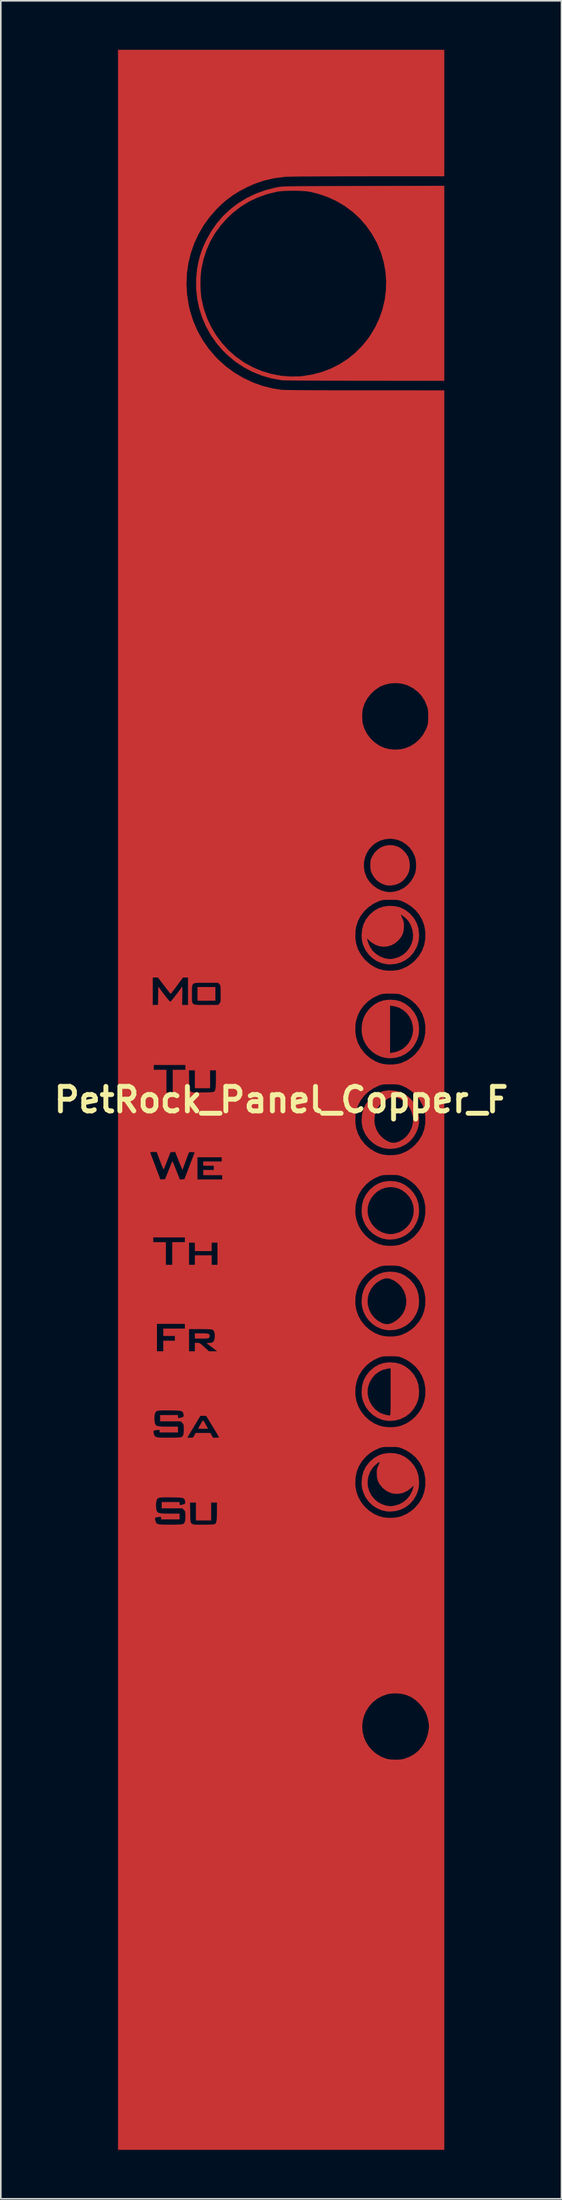
<source format=kicad_pcb>
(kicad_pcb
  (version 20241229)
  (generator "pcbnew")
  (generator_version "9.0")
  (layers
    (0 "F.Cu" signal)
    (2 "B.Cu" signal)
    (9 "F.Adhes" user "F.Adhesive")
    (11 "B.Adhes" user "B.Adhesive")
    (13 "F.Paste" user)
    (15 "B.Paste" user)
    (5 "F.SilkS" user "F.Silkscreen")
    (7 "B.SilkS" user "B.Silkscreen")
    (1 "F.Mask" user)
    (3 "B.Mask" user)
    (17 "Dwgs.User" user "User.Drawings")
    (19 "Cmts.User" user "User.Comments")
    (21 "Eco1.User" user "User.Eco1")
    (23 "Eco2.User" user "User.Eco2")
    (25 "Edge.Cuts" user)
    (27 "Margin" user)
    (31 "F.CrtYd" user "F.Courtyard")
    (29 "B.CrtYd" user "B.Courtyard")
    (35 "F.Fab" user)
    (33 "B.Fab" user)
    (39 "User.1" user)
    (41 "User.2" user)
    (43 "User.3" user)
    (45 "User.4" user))
  (footprint "PetRock_Panel_Copper_F"
    (layer "F.Cu")
    (at 14.193 64.291)
    (property "Reference" "PetRock_Panel_Copper_F" (at 0 0 0) (layer "F.SilkS") (effects (font (size 1.5 1.5) (thickness 0.3))))
    (attr board_only exclude_from_pos_files exclude_from_bom)
    (fp_poly (pts (xy -4.034 -6.487) (xy -4.034 -6.068) (xy -4.583 -6.068) (xy -5.132 -6.068) (xy -5.132 -6.487) (xy -5.132 -6.907) (xy -4.583 -6.907) (xy -4.034 -6.907)) (stroke (width 0) (type solid)) (fill yes) (layer "F.Cu"))
    (fp_poly (pts (xy -4.754 19.663) (xy -4.704 19.736) (xy -4.634 19.862) (xy -4.601 19.921) (xy -4.481 20.139) (xy -4.787 20.139) (xy -5.094 20.139) (xy -4.945 19.867) (xy -4.879 19.745) (xy -4.831 19.669) (xy -4.793 19.641)) (stroke (width 0) (type solid)) (fill yes) (layer "F.Cu"))
    (fp_poly (pts (xy -4.692 14.299) (xy -4.558 14.307) (xy -4.471 14.323) (xy -4.42 14.35) (xy -4.396 14.393) (xy -4.389 14.453) (xy -4.389 14.459) (xy -4.395 14.521) (xy -4.417 14.565) (xy -4.466 14.594) (xy -4.55 14.61) (xy -4.679 14.618) (xy -4.863 14.62) (xy -4.88 14.62) (xy -5.293 14.62) (xy -5.293 14.459) (xy -5.293 14.298) (xy -4.88 14.298)) (stroke (width 0) (type solid)) (fill yes) (layer "F.Cu"))
    (fp_poly (pts (xy 6.872 -15.585) (xy 7.131 -15.514) (xy 7.215 -15.476) (xy 7.382 -15.369) (xy 7.547 -15.217) (xy 7.69 -15.043) (xy 7.796 -14.864) (xy 7.813 -14.823) (xy 7.867 -14.622) (xy 7.889 -14.393) (xy 7.879 -14.165) (xy 7.836 -13.963) (xy 7.833 -13.954) (xy 7.734 -13.744) (xy 7.594 -13.544) (xy 7.431 -13.38) (xy 7.421 -13.373) (xy 7.218 -13.248) (xy 6.985 -13.162) (xy 6.74 -13.121) (xy 6.503 -13.128) (xy 6.406 -13.147) (xy 6.137 -13.248) (xy 5.905 -13.401) (xy 5.714 -13.604) (xy 5.573 -13.839) (xy 5.524 -13.95) (xy 5.493 -14.042) (xy 5.477 -14.139) (xy 5.471 -14.264) (xy 5.471 -14.362) (xy 5.473 -14.515) (xy 5.482 -14.626) (xy 5.503 -14.719) (xy 5.541 -14.815) (xy 5.57 -14.879) (xy 5.715 -15.116) (xy 5.9 -15.31) (xy 6.117 -15.457) (xy 6.357 -15.554) (xy 6.611 -15.597)) (stroke (width 0) (type solid)) (fill yes) (layer "F.Cu"))
    (fp_poly (pts (xy 7.027 -6.106) (xy 7.327 -6.025) (xy 7.603 -5.888) (xy 7.863 -5.689) (xy 7.944 -5.612) (xy 8.16 -5.355) (xy 8.317 -5.071) (xy 8.416 -4.759) (xy 8.458 -4.419) (xy 8.459 -4.341) (xy 8.449 -4.102) (xy 8.412 -3.893) (xy 8.344 -3.686) (xy 8.276 -3.534) (xy 8.108 -3.252) (xy 7.894 -3.011) (xy 7.642 -2.817) (xy 7.358 -2.672) (xy 7.048 -2.58) (xy 6.718 -2.545) (xy 6.487 -2.554) (xy 6.18 -2.617) (xy 5.889 -2.738) (xy 5.622 -2.911) (xy 5.388 -3.129) (xy 5.196 -3.387) (xy 5.116 -3.534) (xy 5.023 -3.75) (xy 4.967 -3.952) (xy 4.94 -4.169) (xy 4.935 -4.317) (xy 6.681 -4.317) (xy 6.681 -2.868) (xy 6.834 -2.89) (xy 6.96 -2.915) (xy 7.1 -2.952) (xy 7.154 -2.97) (xy 7.407 -3.089) (xy 7.628 -3.259) (xy 7.812 -3.469) (xy 7.955 -3.711) (xy 8.05 -3.976) (xy 8.092 -4.254) (xy 8.076 -4.532) (xy 7.998 -4.823) (xy 7.869 -5.086) (xy 7.694 -5.314) (xy 7.481 -5.5) (xy 7.235 -5.64) (xy 6.963 -5.725) (xy 6.882 -5.739) (xy 6.681 -5.766) (xy 6.681 -4.317) (xy 4.935 -4.317) (xy 4.935 -4.343) (xy 4.964 -4.689) (xy 5.051 -5.007) (xy 5.196 -5.297) (xy 5.399 -5.56) (xy 5.45 -5.612) (xy 5.705 -5.83) (xy 5.976 -5.987) (xy 6.267 -6.086) (xy 6.587 -6.129) (xy 6.697 -6.132)) (stroke (width 0) (type solid)) (fill yes) (layer "F.Cu"))
    (fp_poly (pts (xy 7.027 16.099) (xy 7.327 16.179) (xy 7.603 16.317) (xy 7.863 16.515) (xy 7.944 16.593) (xy 8.16 16.85) (xy 8.318 17.134) (xy 8.417 17.447) (xy 8.458 17.787) (xy 8.459 17.862) (xy 8.449 18.106) (xy 8.413 18.315) (xy 8.346 18.519) (xy 8.278 18.671) (xy 8.106 18.956) (xy 7.889 19.198) (xy 7.635 19.392) (xy 7.348 19.537) (xy 7.036 19.627) (xy 6.704 19.66) (xy 6.487 19.65) (xy 6.181 19.588) (xy 5.89 19.467) (xy 5.623 19.295) (xy 5.39 19.078) (xy 5.2 18.823) (xy 5.118 18.671) (xy 5.024 18.448) (xy 4.966 18.244) (xy 4.939 18.029) (xy 4.937 17.943) (xy 5.301 17.943) (xy 5.343 18.217) (xy 5.437 18.482) (xy 5.578 18.727) (xy 5.76 18.94) (xy 5.976 19.111) (xy 6.091 19.175) (xy 6.221 19.227) (xy 6.378 19.276) (xy 6.533 19.313) (xy 6.657 19.33) (xy 6.67 19.327) (xy 6.681 19.314) (xy 6.69 19.286) (xy 6.697 19.236) (xy 6.703 19.16) (xy 6.707 19.051) (xy 6.71 18.905) (xy 6.712 18.715) (xy 6.713 18.477) (xy 6.713 18.184) (xy 6.713 17.885) (xy 6.713 16.438) (xy 6.512 16.466) (xy 6.234 16.535) (xy 5.98 16.66) (xy 5.756 16.835) (xy 5.57 17.052) (xy 5.426 17.305) (xy 5.332 17.589) (xy 5.316 17.67) (xy 5.301 17.943) (xy 4.937 17.943) (xy 4.935 17.864) (xy 4.964 17.517) (xy 5.05 17.199) (xy 5.195 16.909) (xy 5.398 16.647) (xy 5.45 16.593) (xy 5.705 16.374) (xy 5.976 16.218) (xy 6.267 16.119) (xy 6.587 16.075) (xy 6.697 16.073)) (stroke (width 0) (type solid)) (fill yes) (layer "F.Cu"))
    (fp_poly (pts (xy 7.027 -0.555) (xy 7.327 -0.474) (xy 7.603 -0.336) (xy 7.863 -0.138) (xy 7.944 -0.061) (xy 8.16 0.196) (xy 8.317 0.48) (xy 8.416 0.792) (xy 8.458 1.132) (xy 8.459 1.21) (xy 8.449 1.45) (xy 8.412 1.658) (xy 8.344 1.865) (xy 8.276 2.017) (xy 8.108 2.3) (xy 7.894 2.54) (xy 7.642 2.734) (xy 7.358 2.879) (xy 7.048 2.971) (xy 6.718 3.007) (xy 6.487 2.997) (xy 6.18 2.934) (xy 5.889 2.813) (xy 5.622 2.64) (xy 5.388 2.422) (xy 5.196 2.164) (xy 5.116 2.017) (xy 5.023 1.802) (xy 4.967 1.599) (xy 4.94 1.382) (xy 4.937 1.289) (xy 5.72 1.289) (xy 5.755 1.555) (xy 5.84 1.814) (xy 5.976 2.056) (xy 6.163 2.274) (xy 6.353 2.428) (xy 6.564 2.552) (xy 6.759 2.619) (xy 6.95 2.63) (xy 7.147 2.586) (xy 7.276 2.533) (xy 7.518 2.384) (xy 7.724 2.19) (xy 7.89 1.958) (xy 8.01 1.7) (xy 8.078 1.426) (xy 8.09 1.145) (xy 8.076 1.019) (xy 7.997 0.726) (xy 7.865 0.459) (xy 7.686 0.228) (xy 7.465 0.039) (xy 7.272 -0.072) (xy 7.083 -0.146) (xy 6.919 -0.173) (xy 6.757 -0.154) (xy 6.577 -0.087) (xy 6.531 -0.065) (xy 6.277 0.093) (xy 6.07 0.288) (xy 5.91 0.513) (xy 5.798 0.76) (xy 5.734 1.021) (xy 5.72 1.289) (xy 4.937 1.289) (xy 4.935 1.208) (xy 4.964 0.862) (xy 5.051 0.544) (xy 5.196 0.254) (xy 5.399 -0.009) (xy 5.45 -0.061) (xy 5.705 -0.279) (xy 5.976 -0.436) (xy 6.267 -0.535) (xy 6.587 -0.578) (xy 6.697 -0.581)) (stroke (width 0) (type solid)) (fill yes) (layer "F.Cu"))
    (fp_poly (pts (xy 7.027 4.996) (xy 7.327 5.077) (xy 7.603 5.215) (xy 7.863 5.413) (xy 7.944 5.49) (xy 8.16 5.748) (xy 8.318 6.032) (xy 8.417 6.344) (xy 8.458 6.684) (xy 8.459 6.759) (xy 8.449 7.003) (xy 8.413 7.213) (xy 8.346 7.416) (xy 8.278 7.568) (xy 8.106 7.854) (xy 7.889 8.095) (xy 7.635 8.29) (xy 7.348 8.434) (xy 7.036 8.525) (xy 6.704 8.558) (xy 6.487 8.548) (xy 6.181 8.485) (xy 5.89 8.364) (xy 5.623 8.192) (xy 5.39 7.976) (xy 5.2 7.72) (xy 5.118 7.568) (xy 5.024 7.346) (xy 4.966 7.142) (xy 4.939 6.926) (xy 4.936 6.802) (xy 5.3 6.802) (xy 5.319 7.008) (xy 5.4 7.298) (xy 5.533 7.56) (xy 5.713 7.788) (xy 5.933 7.974) (xy 6.186 8.112) (xy 6.423 8.186) (xy 6.574 8.215) (xy 6.695 8.225) (xy 6.817 8.217) (xy 6.957 8.195) (xy 7.236 8.112) (xy 7.487 7.977) (xy 7.704 7.798) (xy 7.882 7.581) (xy 8.016 7.335) (xy 8.102 7.068) (xy 8.134 6.786) (xy 8.107 6.498) (xy 8.099 6.458) (xy 8.005 6.187) (xy 7.858 5.941) (xy 7.666 5.726) (xy 7.437 5.551) (xy 7.182 5.425) (xy 6.933 5.359) (xy 6.65 5.344) (xy 6.378 5.387) (xy 6.123 5.482) (xy 5.892 5.623) (xy 5.69 5.803) (xy 5.525 6.018) (xy 5.4 6.26) (xy 5.323 6.523) (xy 5.3 6.802) (xy 4.936 6.802) (xy 4.935 6.761) (xy 4.964 6.415) (xy 5.05 6.097) (xy 5.195 5.807) (xy 5.398 5.544) (xy 5.45 5.49) (xy 5.705 5.272) (xy 5.976 5.115) (xy 6.267 5.016) (xy 6.587 4.973) (xy 6.697 4.97)) (stroke (width 0) (type solid)) (fill yes) (layer "F.Cu"))
    (fp_poly (pts (xy 7.027 10.548) (xy 7.327 10.628) (xy 7.603 10.766) (xy 7.863 10.964) (xy 7.944 11.041) (xy 8.16 11.299) (xy 8.318 11.583) (xy 8.417 11.895) (xy 8.458 12.236) (xy 8.459 12.311) (xy 8.449 12.554) (xy 8.413 12.764) (xy 8.346 12.968) (xy 8.278 13.12) (xy 8.106 13.405) (xy 7.889 13.646) (xy 7.635 13.841) (xy 7.348 13.985) (xy 7.036 14.076) (xy 6.704 14.109) (xy 6.487 14.099) (xy 6.181 14.036) (xy 5.89 13.916) (xy 5.623 13.744) (xy 5.39 13.527) (xy 5.2 13.271) (xy 5.118 13.12) (xy 5.024 12.897) (xy 4.966 12.693) (xy 4.939 12.477) (xy 4.938 12.427) (xy 5.303 12.427) (xy 5.319 12.556) (xy 5.4 12.848) (xy 5.534 13.114) (xy 5.716 13.344) (xy 5.939 13.533) (xy 6.197 13.672) (xy 6.24 13.688) (xy 6.425 13.733) (xy 6.607 13.726) (xy 6.8 13.664) (xy 6.858 13.638) (xy 7.058 13.514) (xy 7.251 13.348) (xy 7.415 13.161) (xy 7.478 13.067) (xy 7.602 12.801) (xy 7.667 12.524) (xy 7.675 12.244) (xy 7.629 11.969) (xy 7.531 11.708) (xy 7.384 11.468) (xy 7.191 11.258) (xy 6.953 11.086) (xy 6.863 11.038) (xy 6.676 10.96) (xy 6.512 10.93) (xy 6.35 10.946) (xy 6.169 11.009) (xy 6.122 11.03) (xy 5.876 11.18) (xy 5.667 11.375) (xy 5.5 11.607) (xy 5.38 11.865) (xy 5.313 12.142) (xy 5.303 12.427) (xy 4.938 12.427) (xy 4.935 12.313) (xy 4.964 11.966) (xy 5.05 11.648) (xy 5.195 11.358) (xy 5.398 11.095) (xy 5.45 11.041) (xy 5.705 10.823) (xy 5.976 10.666) (xy 6.267 10.568) (xy 6.587 10.524) (xy 6.697 10.521)) (stroke (width 0) (type solid)) (fill yes) (layer "F.Cu"))
    (fp_poly (pts (xy 7.027 -11.851) (xy 7.327 -11.77) (xy 7.603 -11.632) (xy 7.863 -11.434) (xy 7.944 -11.357) (xy 8.16 -11.1) (xy 8.317 -10.816) (xy 8.416 -10.504) (xy 8.458 -10.164) (xy 8.459 -10.086) (xy 8.449 -9.847) (xy 8.412 -9.638) (xy 8.344 -9.431) (xy 8.276 -9.279) (xy 8.108 -8.996) (xy 7.894 -8.756) (xy 7.642 -8.562) (xy 7.358 -8.417) (xy 7.048 -8.325) (xy 6.718 -8.29) (xy 6.487 -8.299) (xy 6.18 -8.362) (xy 5.889 -8.483) (xy 5.622 -8.656) (xy 5.388 -8.874) (xy 5.196 -9.132) (xy 5.116 -9.279) (xy 5.023 -9.494) (xy 4.967 -9.697) (xy 4.944 -9.883) (xy 5.263 -9.883) (xy 5.321 -9.672) (xy 5.43 -9.399) (xy 5.59 -9.155) (xy 5.796 -8.95) (xy 6.039 -8.789) (xy 6.311 -8.681) (xy 6.39 -8.661) (xy 6.541 -8.632) (xy 6.663 -8.622) (xy 6.785 -8.63) (xy 6.925 -8.653) (xy 7.206 -8.736) (xy 7.46 -8.874) (xy 7.68 -9.059) (xy 7.86 -9.286) (xy 7.993 -9.546) (xy 8.074 -9.834) (xy 8.091 -10.115) (xy 8.05 -10.402) (xy 7.956 -10.678) (xy 7.812 -10.93) (xy 7.788 -10.962) (xy 7.723 -11.036) (xy 7.635 -11.122) (xy 7.539 -11.206) (xy 7.45 -11.276) (xy 7.383 -11.32) (xy 7.357 -11.328) (xy 7.357 -11.302) (xy 7.38 -11.232) (xy 7.422 -11.132) (xy 7.432 -11.11) (xy 7.484 -10.991) (xy 7.514 -10.891) (xy 7.529 -10.785) (xy 7.532 -10.646) (xy 7.532 -10.618) (xy 7.513 -10.366) (xy 7.456 -10.152) (xy 7.353 -9.959) (xy 7.208 -9.779) (xy 6.994 -9.592) (xy 6.757 -9.461) (xy 6.505 -9.388) (xy 6.245 -9.372) (xy 5.985 -9.414) (xy 5.732 -9.514) (xy 5.494 -9.671) (xy 5.419 -9.737) (xy 5.263 -9.883) (xy 4.944 -9.883) (xy 4.94 -9.914) (xy 4.935 -10.088) (xy 4.964 -10.434) (xy 5.051 -10.752) (xy 5.196 -11.042) (xy 5.399 -11.305) (xy 5.45 -11.357) (xy 5.705 -11.575) (xy 5.976 -11.732) (xy 6.267 -11.831) (xy 6.587 -11.874) (xy 6.697 -11.877)) (stroke (width 0) (type solid)) (fill yes) (layer "F.Cu"))
    (fp_poly (pts (xy 7.027 21.65) (xy 7.327 21.731) (xy 7.603 21.868) (xy 7.863 22.067) (xy 7.944 22.144) (xy 8.16 22.401) (xy 8.318 22.686) (xy 8.417 22.998) (xy 8.458 23.338) (xy 8.459 23.413) (xy 8.449 23.657) (xy 8.413 23.866) (xy 8.346 24.07) (xy 8.278 24.222) (xy 8.106 24.507) (xy 7.889 24.749) (xy 7.635 24.943) (xy 7.348 25.088) (xy 7.036 25.178) (xy 6.704 25.212) (xy 6.487 25.202) (xy 6.181 25.139) (xy 5.89 25.018) (xy 5.623 24.846) (xy 5.39 24.629) (xy 5.2 24.374) (xy 5.118 24.222) (xy 5.024 23.999) (xy 4.966 23.795) (xy 4.939 23.58) (xy 4.935 23.415) (xy 4.94 23.35) (xy 5.304 23.35) (xy 5.315 23.634) (xy 5.319 23.662) (xy 5.4 23.952) (xy 5.533 24.214) (xy 5.713 24.441) (xy 5.933 24.627) (xy 6.186 24.765) (xy 6.423 24.84) (xy 6.574 24.869) (xy 6.695 24.879) (xy 6.817 24.871) (xy 6.957 24.848) (xy 7.24 24.765) (xy 7.496 24.626) (xy 7.719 24.44) (xy 7.9 24.213) (xy 8.032 23.952) (xy 8.073 23.829) (xy 8.131 23.618) (xy 7.975 23.764) (xy 7.743 23.941) (xy 7.495 24.06) (xy 7.236 24.121) (xy 6.975 24.125) (xy 6.719 24.07) (xy 6.476 23.959) (xy 6.254 23.79) (xy 6.186 23.722) (xy 6.034 23.531) (xy 5.934 23.338) (xy 5.879 23.122) (xy 5.862 22.883) (xy 5.864 22.735) (xy 5.876 22.626) (xy 5.904 22.527) (xy 5.952 22.413) (xy 5.962 22.39) (xy 6.007 22.286) (xy 6.035 22.21) (xy 6.039 22.174) (xy 6.037 22.173) (xy 5.99 22.194) (xy 5.912 22.249) (xy 5.819 22.325) (xy 5.725 22.411) (xy 5.644 22.494) (xy 5.606 22.539) (xy 5.453 22.788) (xy 5.351 23.063) (xy 5.304 23.35) (xy 4.94 23.35) (xy 4.964 23.069) (xy 5.05 22.751) (xy 5.195 22.461) (xy 5.398 22.198) (xy 5.45 22.144) (xy 5.705 21.926) (xy 5.976 21.769) (xy 6.267 21.67) (xy 6.587 21.627) (xy 6.697 21.624)) (stroke (width 0) (type solid)) (fill yes) (layer "F.Cu"))
    (fp_poly (pts (xy 10.005 -49.994) (xy 10.005 -44.022) (xy 5.124 -44.026) (xy 4.564 -44.027) (xy 4.019 -44.028) (xy 3.494 -44.029) (xy 2.991 -44.031) (xy 2.515 -44.033) (xy 2.07 -44.035) (xy 1.658 -44.037) (xy 1.284 -44.039) (xy 0.952 -44.042) (xy 0.664 -44.045) (xy 0.426 -44.048) (xy 0.24 -44.051) (xy 0.11 -44.054) (xy 0.041 -44.057) (xy 0.034 -44.058) (xy -0.585 -44.169) (xy -1.182 -44.341) (xy -1.753 -44.57) (xy -2.296 -44.856) (xy -2.808 -45.196) (xy -3.284 -45.59) (xy -3.555 -45.854) (xy -3.959 -46.319) (xy -4.31 -46.817) (xy -4.605 -47.344) (xy -4.845 -47.896) (xy -5.027 -48.467) (xy -5.15 -49.055) (xy -5.213 -49.654) (xy -5.214 -49.919) (xy -4.949 -49.919) (xy -4.937 -49.559) (xy -4.908 -49.224) (xy -4.878 -49.017) (xy -4.742 -48.434) (xy -4.547 -47.871) (xy -4.296 -47.333) (xy -3.993 -46.824) (xy -3.64 -46.35) (xy -3.241 -45.914) (xy -2.798 -45.521) (xy -2.316 -45.177) (xy -2.222 -45.119) (xy -1.701 -44.837) (xy -1.154 -44.612) (xy -0.589 -44.444) (xy -0.012 -44.335) (xy 0.57 -44.286) (xy 1.151 -44.299) (xy 1.316 -44.315) (xy 1.922 -44.412) (xy 2.505 -44.568) (xy 3.062 -44.781) (xy 3.59 -45.048) (xy 4.085 -45.368) (xy 4.544 -45.739) (xy 4.964 -46.159) (xy 5.341 -46.626) (xy 5.459 -46.795) (xy 5.771 -47.315) (xy 6.023 -47.856) (xy 6.217 -48.415) (xy 6.351 -48.986) (xy 6.425 -49.565) (xy 6.439 -50.149) (xy 6.393 -50.731) (xy 6.286 -51.309) (xy 6.118 -51.877) (xy 5.889 -52.43) (xy 5.858 -52.494) (xy 5.561 -53.026) (xy 5.216 -53.516) (xy 4.825 -53.962) (xy 4.391 -54.363) (xy 3.916 -54.717) (xy 3.404 -55.021) (xy 2.855 -55.273) (xy 2.274 -55.473) (xy 1.759 -55.599) (xy 1.584 -55.624) (xy 1.359 -55.643) (xy 1.101 -55.656) (xy 0.823 -55.661) (xy 0.541 -55.66) (xy 0.27 -55.651) (xy 0.024 -55.636) (xy -0.181 -55.614) (xy -0.274 -55.599) (xy -0.884 -55.446) (xy -1.457 -55.241) (xy -1.994 -54.983) (xy -2.497 -54.671) (xy -2.967 -54.304) (xy -3.293 -53.999) (xy -3.7 -53.547) (xy -4.048 -53.072) (xy -4.34 -52.569) (xy -4.576 -52.036) (xy -4.759 -51.468) (xy -4.879 -50.929) (xy -4.92 -50.626) (xy -4.943 -50.282) (xy -4.949 -49.919) (xy -5.214 -49.919) (xy -5.216 -50.26) (xy -5.156 -50.869) (xy -5.079 -51.282) (xy -4.998 -51.607) (xy -4.906 -51.906) (xy -4.792 -52.204) (xy -4.649 -52.522) (xy -4.6 -52.624) (xy -4.301 -53.162) (xy -3.953 -53.661) (xy -3.559 -54.118) (xy -3.121 -54.53) (xy -2.641 -54.895) (xy -2.124 -55.212) (xy -1.571 -55.478) (xy -0.986 -55.692) (xy -0.371 -55.851) (xy -0.258 -55.873) (xy -0.208 -55.882) (xy -0.159 -55.891) (xy -0.109 -55.899) (xy -0.053 -55.906) (xy 0.011 -55.912) (xy 0.087 -55.918) (xy 0.178 -55.922) (xy 0.286 -55.927) (xy 0.416 -55.931) (xy 0.571 -55.934) (xy 0.753 -55.937) (xy 0.966 -55.94) (xy 1.214 -55.942) (xy 1.499 -55.944) (xy 1.825 -55.946) (xy 2.194 -55.947) (xy 2.611 -55.949) (xy 3.079 -55.95) (xy 3.6 -55.951) (xy 4.178 -55.953) (xy 4.816 -55.954) (xy 5.059 -55.955) (xy 10.005 -55.966)) (stroke (width 0) (type solid)) (fill yes) (layer "F.Cu"))
    (fp_poly (pts (xy 10.005 -60.418) (xy 10.005 -56.545) (xy 5.301 -56.545) (xy 4.602 -56.544) (xy 3.947 -56.543) (xy 3.338 -56.542) (xy 2.777 -56.541) (xy 2.267 -56.538) (xy 1.807 -56.536) (xy 1.401 -56.533) (xy 1.05 -56.53) (xy 0.756 -56.526) (xy 0.521 -56.522) (xy 0.346 -56.517) (xy 0.233 -56.513) (xy 0.21 -56.511) (xy -0.422 -56.428) (xy -1.026 -56.289) (xy -1.61 -56.093) (xy -2.114 -55.87) (xy -2.569 -55.629) (xy -2.976 -55.375) (xy -3.352 -55.095) (xy -3.713 -54.779) (xy -3.955 -54.539) (xy -4.384 -54.052) (xy -4.759 -53.533) (xy -5.078 -52.985) (xy -5.34 -52.413) (xy -5.545 -51.82) (xy -5.692 -51.21) (xy -5.779 -50.587) (xy -5.805 -49.955) (xy -5.771 -49.319) (xy -5.673 -48.68) (xy -5.581 -48.287) (xy -5.385 -47.674) (xy -5.131 -47.087) (xy -4.819 -46.528) (xy -4.451 -46) (xy -4.028 -45.504) (xy -3.857 -45.328) (xy -3.38 -44.901) (xy -2.865 -44.523) (xy -2.315 -44.198) (xy -1.737 -43.926) (xy -1.133 -43.712) (xy -0.511 -43.557) (xy 0.016 -43.475) (xy 0.093 -43.47) (xy 0.233 -43.466) (xy 0.436 -43.461) (xy 0.699 -43.458) (xy 1.022 -43.454) (xy 1.403 -43.451) (xy 1.841 -43.448) (xy 2.335 -43.446) (xy 2.883 -43.444) (xy 3.485 -43.443) (xy 4.139 -43.442) (xy 4.843 -43.442) (xy 5.156 -43.442) (xy 10.005 -43.441) (xy 10.005 10.425) (xy 10.005 64.291) (xy 0 64.291) (xy -10.005 64.291) (xy -10.005 38.357) (xy 4.973 38.357) (xy 4.998 38.695) (xy 5.081 39.032) (xy 5.176 39.266) (xy 5.351 39.559) (xy 5.574 39.82) (xy 5.837 40.043) (xy 6.131 40.219) (xy 6.445 40.34) (xy 6.511 40.357) (xy 6.687 40.386) (xy 6.898 40.401) (xy 7.12 40.402) (xy 7.329 40.388) (xy 7.499 40.36) (xy 7.505 40.359) (xy 7.845 40.24) (xy 8.153 40.069) (xy 8.423 39.849) (xy 8.652 39.586) (xy 8.835 39.286) (xy 8.967 38.952) (xy 9.031 38.672) (xy 9.054 38.517) (xy 9.065 38.399) (xy 9.062 38.289) (xy 9.047 38.162) (xy 9.029 38.057) (xy 8.95 37.728) (xy 8.826 37.437) (xy 8.65 37.169) (xy 8.443 36.937) (xy 8.228 36.743) (xy 8.017 36.597) (xy 7.791 36.487) (xy 7.553 36.408) (xy 7.318 36.362) (xy 7.057 36.342) (xy 6.797 36.349) (xy 6.563 36.383) (xy 6.534 36.39) (xy 6.196 36.506) (xy 5.892 36.673) (xy 5.627 36.882) (xy 5.403 37.128) (xy 5.222 37.405) (xy 5.088 37.706) (xy 5.005 38.026) (xy 4.973 38.357) (xy -10.005 38.357) (xy -10.005 25.65) (xy -7.735 25.65) (xy -7.732 25.668) (xy -7.711 25.771) (xy -7.688 25.85) (xy -7.656 25.91) (xy -7.606 25.953) (xy -7.532 25.981) (xy -7.425 25.999) (xy -7.278 26.008) (xy -7.082 26.011) (xy -6.831 26.012) (xy -6.803 26.012) (xy -6.538 26.011) (xy -6.322 26.006) (xy -6.161 25.998) (xy -6.058 25.986) (xy -6.024 25.977) (xy -5.958 25.932) (xy -5.914 25.86) (xy -5.887 25.751) (xy -5.875 25.593) (xy -5.874 25.493) (xy -5.875 25.353) (xy -5.881 25.261) (xy -5.897 25.2) (xy -5.925 25.153) (xy -5.968 25.107) (xy -6.063 25.013) (xy -6.694 25.013) (xy -7.326 25.013) (xy -7.326 24.819) (xy -7.326 24.625) (xy -6.778 24.625) (xy -6.229 24.625) (xy -6.229 24.725) (xy -6.224 24.791) (xy -6.197 24.812) (xy -6.128 24.802) (xy -6.124 24.801) (xy -5.996 24.77) (xy -5.921 24.74) (xy -5.887 24.701) (xy -5.884 24.658) (xy -5.589 24.658) (xy -5.578 25.274) (xy -5.575 25.506) (xy -5.57 25.684) (xy -5.555 25.815) (xy -5.524 25.906) (xy -5.467 25.964) (xy -5.378 25.997) (xy -5.248 26.011) (xy -5.071 26.014) (xy -4.839 26.013) (xy -4.791 26.013) (xy -4.592 26.012) (xy -4.411 26.007) (xy -4.259 26.001) (xy -4.148 25.993) (xy -4.09 25.984) (xy -4.089 25.983) (xy -4.038 25.954) (xy -4 25.903) (xy -3.972 25.823) (xy -3.954 25.706) (xy -3.943 25.545) (xy -3.938 25.331) (xy -3.937 25.202) (xy -3.937 24.658) (xy -4.115 24.658) (xy -4.293 24.658) (xy -4.293 25.206) (xy -4.293 25.755) (xy -4.76 25.755) (xy -5.228 25.755) (xy -5.228 25.206) (xy -5.228 24.658) (xy -5.408 24.658) (xy -5.589 24.658) (xy -5.884 24.658) (xy -5.883 24.642) (xy -5.889 24.601) (xy -5.905 24.524) (xy -5.926 24.465) (xy -5.961 24.421) (xy -6.017 24.39) (xy -6.102 24.369) (xy -6.225 24.356) (xy -6.392 24.348) (xy -6.612 24.344) (xy -6.738 24.343) (xy -6.993 24.34) (xy -7.19 24.341) (xy -7.34 24.348) (xy -7.448 24.361) (xy -7.524 24.382) (xy -7.575 24.414) (xy -7.609 24.457) (xy -7.634 24.514) (xy -7.639 24.529) (xy -7.666 24.66) (xy -7.676 24.822) (xy -7.669 24.987) (xy -7.645 25.124) (xy -7.639 25.141) (xy -7.613 25.203) (xy -7.578 25.251) (xy -7.526 25.285) (xy -7.447 25.309) (xy -7.334 25.324) (xy -7.177 25.331) (xy -6.97 25.335) (xy -6.834 25.335) (xy -6.229 25.335) (xy -6.229 25.513) (xy -6.229 25.69) (xy -6.794 25.69) (xy -7.359 25.69) (xy -7.359 25.607) (xy -7.362 25.559) (xy -7.382 25.537) (xy -7.435 25.535) (xy -7.528 25.546) (xy -7.644 25.563) (xy -7.709 25.582) (xy -7.735 25.608) (xy -7.735 25.65) (xy -10.005 25.65) (xy -10.005 23.535) (xy 4.548 23.535) (xy 4.557 23.66) (xy 4.62 24.01) (xy 4.742 24.341) (xy 4.917 24.649) (xy 5.139 24.925) (xy 5.405 25.165) (xy 5.707 25.36) (xy 6.022 25.499) (xy 6.279 25.563) (xy 6.569 25.594) (xy 6.869 25.591) (xy 7.155 25.555) (xy 7.371 25.498) (xy 7.711 25.347) (xy 8.02 25.139) (xy 8.213 24.966) (xy 8.459 24.675) (xy 8.645 24.362) (xy 8.771 24.026) (xy 8.837 23.664) (xy 8.845 23.278) (xy 8.836 23.167) (xy 8.772 22.813) (xy 8.648 22.479) (xy 8.471 22.17) (xy 8.243 21.893) (xy 7.97 21.653) (xy 7.656 21.455) (xy 7.399 21.338) (xy 7.308 21.305) (xy 7.226 21.282) (xy 7.139 21.268) (xy 7.03 21.259) (xy 6.887 21.255) (xy 6.697 21.255) (xy 6.504 21.255) (xy 6.361 21.259) (xy 6.254 21.268) (xy 6.166 21.283) (xy 6.085 21.306) (xy 5.995 21.338) (xy 5.684 21.481) (xy 5.412 21.66) (xy 5.195 21.85) (xy 4.951 22.133) (xy 4.762 22.445) (xy 4.632 22.785) (xy 4.56 23.149) (xy 4.548 23.535) (xy -10.005 23.535) (xy -10.005 20.688) (xy -5.747 20.688) (xy -5.573 20.688) (xy -5.471 20.686) (xy -5.411 20.67) (xy -5.369 20.626) (xy -5.322 20.543) (xy -5.245 20.397) (xy -4.792 20.397) (xy -4.34 20.397) (xy -4.26 20.543) (xy -4.181 20.688) (xy -3.995 20.688) (xy -3.895 20.684) (xy -3.828 20.674) (xy -3.81 20.664) (xy -3.827 20.63) (xy -3.872 20.55) (xy -3.943 20.431) (xy -4.033 20.281) (xy -4.138 20.107) (xy -4.207 19.994) (xy -4.602 19.349) (xy -4.776 19.349) (xy -4.951 19.349) (xy -5.301 19.929) (xy -5.409 20.109) (xy -5.508 20.274) (xy -5.593 20.417) (xy -5.657 20.525) (xy -5.694 20.591) (xy -5.699 20.599) (xy -5.747 20.688) (xy -10.005 20.688) (xy -10.005 20.325) (xy -7.832 20.325) (xy -7.829 20.343) (xy -7.807 20.445) (xy -7.785 20.525) (xy -7.752 20.585) (xy -7.703 20.627) (xy -7.629 20.656) (xy -7.522 20.673) (xy -7.375 20.682) (xy -7.179 20.686) (xy -6.928 20.687) (xy -6.9 20.687) (xy -6.635 20.685) (xy -6.419 20.681) (xy -6.258 20.672) (xy -6.155 20.661) (xy -6.121 20.652) (xy -6.055 20.607) (xy -6.01 20.535) (xy -5.984 20.425) (xy -5.972 20.268) (xy -5.971 20.168) (xy -5.972 20.028) (xy -5.978 19.935) (xy -5.994 19.874) (xy -6.022 19.828) (xy -6.065 19.782) (xy -6.159 19.687) (xy -6.791 19.687) (xy -7.423 19.687) (xy -7.423 19.494) (xy -7.423 19.3) (xy -6.874 19.3) (xy -6.326 19.3) (xy -6.326 19.4) (xy -6.321 19.466) (xy -6.294 19.487) (xy -6.225 19.477) (xy -6.221 19.476) (xy -6.093 19.445) (xy -6.017 19.415) (xy -5.983 19.375) (xy -5.979 19.317) (xy -5.986 19.275) (xy -6.001 19.199) (xy -6.023 19.14) (xy -6.058 19.096) (xy -6.114 19.064) (xy -6.199 19.043) (xy -6.321 19.031) (xy -6.489 19.023) (xy -6.709 19.019) (xy -6.835 19.017) (xy -7.089 19.015) (xy -7.287 19.016) (xy -7.436 19.023) (xy -7.545 19.036) (xy -7.621 19.057) (xy -7.671 19.089) (xy -7.705 19.132) (xy -7.731 19.189) (xy -7.736 19.204) (xy -7.763 19.334) (xy -7.773 19.497) (xy -7.766 19.661) (xy -7.741 19.799) (xy -7.736 19.816) (xy -7.71 19.878) (xy -7.675 19.926) (xy -7.622 19.96) (xy -7.544 19.984) (xy -7.43 19.998) (xy -7.274 20.006) (xy -7.067 20.009) (xy -6.931 20.01) (xy -6.326 20.01) (xy -6.326 20.188) (xy -6.326 20.365) (xy -6.891 20.365) (xy -7.455 20.365) (xy -7.455 20.281) (xy -7.459 20.233) (xy -7.479 20.211) (xy -7.532 20.209) (xy -7.625 20.221) (xy -7.741 20.238) (xy -7.806 20.256) (xy -7.832 20.283) (xy -7.832 20.325) (xy -10.005 20.325) (xy -10.005 17.984) (xy 4.548 17.984) (xy 4.557 18.109) (xy 4.62 18.458) (xy 4.742 18.79) (xy 4.917 19.097) (xy 5.139 19.374) (xy 5.405 19.614) (xy 5.707 19.809) (xy 6.022 19.947) (xy 6.279 20.012) (xy 6.569 20.042) (xy 6.869 20.04) (xy 7.155 20.004) (xy 7.371 19.947) (xy 7.711 19.796) (xy 8.02 19.588) (xy 8.213 19.415) (xy 8.459 19.124) (xy 8.645 18.811) (xy 8.771 18.474) (xy 8.837 18.113) (xy 8.845 17.726) (xy 8.836 17.616) (xy 8.772 17.262) (xy 8.648 16.928) (xy 8.471 16.619) (xy 8.243 16.342) (xy 7.97 16.102) (xy 7.656 15.904) (xy 7.399 15.787) (xy 7.308 15.754) (xy 7.226 15.731) (xy 7.139 15.716) (xy 7.03 15.708) (xy 6.887 15.704) (xy 6.697 15.703) (xy 6.504 15.704) (xy 6.361 15.708) (xy 6.254 15.717) (xy 6.166 15.731) (xy 6.085 15.755) (xy 5.995 15.787) (xy 5.684 15.93) (xy 5.412 16.109) (xy 5.195 16.299) (xy 4.951 16.581) (xy 4.762 16.894) (xy 4.632 17.233) (xy 4.56 17.598) (xy 4.548 17.984) (xy -10.005 17.984) (xy -10.005 14.556) (xy -7.617 14.556) (xy -7.617 15.395) (xy -7.423 15.395) (xy -7.229 15.395) (xy -7.229 15.072) (xy -7.229 14.749) (xy -6.874 14.749) (xy -6.519 14.749) (xy -6.519 14.717) (xy -5.648 14.717) (xy -5.648 15.395) (xy -5.471 15.395) (xy -5.293 15.395) (xy -5.293 15.137) (xy -5.293 14.879) (xy -5.144 14.879) (xy -5.078 14.881) (xy -5.021 14.894) (xy -4.963 14.924) (xy -4.89 14.979) (xy -4.79 15.066) (xy -4.712 15.137) (xy -4.429 15.395) (xy -4.179 15.395) (xy -3.93 15.395) (xy -4.253 15.145) (xy -4.576 14.895) (xy -4.442 14.886) (xy -4.337 14.877) (xy -4.247 14.864) (xy -4.234 14.861) (xy -4.162 14.814) (xy -4.11 14.721) (xy -4.077 14.597) (xy -4.066 14.458) (xy -4.077 14.318) (xy -4.111 14.195) (xy -4.168 14.102) (xy -4.189 14.083) (xy -4.227 14.068) (xy -4.3 14.057) (xy -4.415 14.049) (xy -4.578 14.044) (xy -4.795 14.041) (xy -4.946 14.04) (xy -5.648 14.039) (xy -5.648 14.717) (xy -6.519 14.717) (xy -6.519 14.604) (xy -6.519 14.459) (xy -6.874 14.459) (xy -7.229 14.459) (xy -7.229 14.233) (xy -7.229 14.007) (xy -6.568 14.007) (xy -5.906 14.007) (xy -5.906 13.862) (xy -5.906 13.717) (xy -6.761 13.717) (xy -7.617 13.717) (xy -7.617 14.556) (xy -10.005 14.556) (xy -10.005 12.433) (xy 4.548 12.433) (xy 4.557 12.558) (xy 4.62 12.907) (xy 4.742 13.239) (xy 4.917 13.546) (xy 5.139 13.823) (xy 5.405 14.062) (xy 5.707 14.258) (xy 6.022 14.396) (xy 6.279 14.46) (xy 6.569 14.491) (xy 6.869 14.489) (xy 7.155 14.453) (xy 7.371 14.396) (xy 7.711 14.245) (xy 8.02 14.037) (xy 8.213 13.863) (xy 8.459 13.573) (xy 8.645 13.26) (xy 8.771 12.923) (xy 8.837 12.562) (xy 8.845 12.175) (xy 8.836 12.065) (xy 8.772 11.71) (xy 8.648 11.376) (xy 8.471 11.068) (xy 8.243 10.791) (xy 7.97 10.551) (xy 7.656 10.352) (xy 7.399 10.236) (xy 7.308 10.203) (xy 7.226 10.18) (xy 7.139 10.165) (xy 7.03 10.157) (xy 6.887 10.153) (xy 6.697 10.152) (xy 6.504 10.153) (xy 6.361 10.157) (xy 6.254 10.165) (xy 6.166 10.18) (xy 6.085 10.203) (xy 5.995 10.236) (xy 5.684 10.379) (xy 5.412 10.557) (xy 5.195 10.747) (xy 4.951 11.03) (xy 4.762 11.343) (xy 4.632 11.682) (xy 4.56 12.047) (xy 4.548 12.433) (xy -10.005 12.433) (xy -10.005 8.569) (xy -7.843 8.569) (xy -7.843 8.714) (xy -7.455 8.714) (xy -7.068 8.714) (xy -7.068 9.408) (xy -7.068 10.102) (xy -6.874 10.102) (xy -6.681 10.102) (xy -6.681 9.424) (xy -5.648 9.424) (xy -5.648 10.102) (xy -5.471 10.102) (xy -5.293 10.102) (xy -5.293 9.811) (xy -5.293 9.521) (xy -4.777 9.521) (xy -4.26 9.521) (xy -4.26 9.811) (xy -4.26 10.102) (xy -4.083 10.102) (xy -3.905 10.102) (xy -3.905 9.424) (xy -3.905 8.746) (xy -4.083 8.746) (xy -4.26 8.746) (xy -4.26 9.005) (xy -4.26 9.263) (xy -4.777 9.263) (xy -5.293 9.263) (xy -5.293 9.005) (xy -5.293 8.746) (xy -5.471 8.746) (xy -5.648 8.746) (xy -5.648 9.424) (xy -6.681 9.424) (xy -6.681 9.408) (xy -6.681 8.714) (xy -6.294 8.714) (xy -5.906 8.714) (xy -5.906 8.569) (xy -5.906 8.424) (xy -6.874 8.424) (xy -7.843 8.424) (xy -7.843 8.569) (xy -10.005 8.569) (xy -10.005 6.882) (xy 4.548 6.882) (xy 4.557 7.007) (xy 4.62 7.356) (xy 4.742 7.688) (xy 4.917 7.995) (xy 5.139 8.272) (xy 5.405 8.511) (xy 5.707 8.707) (xy 6.022 8.845) (xy 6.279 8.909) (xy 6.569 8.94) (xy 6.869 8.937) (xy 7.155 8.901) (xy 7.371 8.845) (xy 7.711 8.693) (xy 8.02 8.486) (xy 8.213 8.312) (xy 8.459 8.022) (xy 8.645 7.709) (xy 8.771 7.372) (xy 8.837 7.011) (xy 8.845 6.624) (xy 8.836 6.514) (xy 8.772 6.159) (xy 8.648 5.825) (xy 8.471 5.517) (xy 8.243 5.24) (xy 7.97 4.999) (xy 7.656 4.801) (xy 7.399 4.685) (xy 7.308 4.652) (xy 7.226 4.629) (xy 7.139 4.614) (xy 7.03 4.605) (xy 6.887 4.602) (xy 6.697 4.601) (xy 6.504 4.602) (xy 6.361 4.606) (xy 6.254 4.614) (xy 6.166 4.629) (xy 6.085 4.652) (xy 5.995 4.685) (xy 5.684 4.828) (xy 5.412 5.006) (xy 5.195 5.196) (xy 4.951 5.479) (xy 4.762 5.791) (xy 4.632 6.131) (xy 4.56 6.495) (xy 4.548 6.882) (xy -10.005 6.882) (xy -10.005 3.234) (xy -8.029 3.234) (xy -8.028 3.236) (xy -8.013 3.275) (xy -7.978 3.367) (xy -7.927 3.503) (xy -7.862 3.674) (xy -7.787 3.871) (xy -7.71 4.075) (xy -7.407 4.875) (xy -7.264 4.866) (xy -7.12 4.857) (xy -6.901 4.312) (xy -6.831 4.138) (xy -6.769 3.985) (xy -6.719 3.864) (xy -6.685 3.785) (xy -6.671 3.756) (xy -6.656 3.78) (xy -6.622 3.856) (xy -6.572 3.974) (xy -6.51 4.125) (xy -6.44 4.301) (xy -6.436 4.31) (xy -6.213 4.876) (xy -6.073 4.866) (xy -5.933 4.857) (xy -5.68 4.196) (xy -5.132 4.196) (xy -5.132 4.873) (xy -4.373 4.873) (xy -3.615 4.873) (xy -3.615 4.744) (xy -3.615 4.615) (xy -4.196 4.615) (xy -4.777 4.615) (xy -4.777 4.454) (xy -4.777 4.293) (xy -4.454 4.293) (xy -4.131 4.293) (xy -4.131 4.163) (xy -4.131 4.034) (xy -4.454 4.034) (xy -4.777 4.034) (xy -4.777 3.905) (xy -4.777 3.776) (xy -4.212 3.776) (xy -3.647 3.776) (xy -3.647 3.647) (xy -3.647 3.518) (xy -4.389 3.518) (xy -5.132 3.518) (xy -5.132 4.196) (xy -5.68 4.196) (xy -5.618 4.034) (xy -5.303 3.211) (xy -5.464 3.201) (xy -5.561 3.2) (xy -5.631 3.209) (xy -5.649 3.218) (xy -5.667 3.255) (xy -5.702 3.343) (xy -5.751 3.471) (xy -5.809 3.628) (xy -5.857 3.76) (xy -5.918 3.93) (xy -5.972 4.078) (xy -6.014 4.194) (xy -6.042 4.266) (xy -6.051 4.286) (xy -6.065 4.261) (xy -6.099 4.185) (xy -6.149 4.067) (xy -6.211 3.916) (xy -6.28 3.744) (xy -6.5 3.192) (xy -6.643 3.202) (xy -6.786 3.211) (xy -6.976 3.695) (xy -7.042 3.864) (xy -7.101 4.016) (xy -7.149 4.138) (xy -7.182 4.218) (xy -7.191 4.242) (xy -7.206 4.25) (xy -7.23 4.222) (xy -7.267 4.15) (xy -7.317 4.03) (xy -7.384 3.857) (xy -7.425 3.749) (xy -7.632 3.195) (xy -7.838 3.195) (xy -7.955 3.199) (xy -8.016 3.211) (xy -8.029 3.234) (xy -10.005 3.234) (xy -10.005 1.356) (xy 4.549 1.356) (xy 4.599 1.724) (xy 4.709 2.068) (xy 4.878 2.387) (xy 5.108 2.684) (xy 5.181 2.761) (xy 5.467 3.006) (xy 5.787 3.196) (xy 6.022 3.294) (xy 6.279 3.358) (xy 6.569 3.389) (xy 6.869 3.386) (xy 7.155 3.35) (xy 7.371 3.293) (xy 7.711 3.142) (xy 8.02 2.935) (xy 8.213 2.761) (xy 8.459 2.47) (xy 8.645 2.157) (xy 8.771 1.821) (xy 8.837 1.46) (xy 8.845 1.073) (xy 8.836 0.962) (xy 8.772 0.608) (xy 8.648 0.274) (xy 8.471 -0.034) (xy 8.243 -0.311) (xy 7.97 -0.552) (xy 7.656 -0.75) (xy 7.399 -0.867) (xy 7.308 -0.899) (xy 7.226 -0.922) (xy 7.139 -0.937) (xy 7.03 -0.946) (xy 6.887 -0.949) (xy 6.697 -0.95) (xy 6.504 -0.949) (xy 6.361 -0.946) (xy 6.254 -0.937) (xy 6.166 -0.922) (xy 6.085 -0.899) (xy 5.995 -0.867) (xy 5.653 -0.703) (xy 5.349 -0.493) (xy 5.087 -0.243) (xy 4.872 0.043) (xy 4.708 0.358) (xy 4.6 0.698) (xy 4.558 0.962) (xy 4.549 1.356) (xy -10.005 1.356) (xy -10.005 0) (xy -10.005 -1.985) (xy -7.81 -1.985) (xy -7.81 -1.84) (xy -7.423 -1.84) (xy -7.036 -1.84) (xy -7.036 -1.146) (xy -7.036 -0.452) (xy -6.842 -0.452) (xy -6.649 -0.452) (xy -6.649 -1.146) (xy -6.649 -1.807) (xy -5.653 -1.807) (xy -5.642 -1.191) (xy -5.64 -0.959) (xy -5.635 -0.781) (xy -5.62 -0.65) (xy -5.588 -0.559) (xy -5.531 -0.501) (xy -5.442 -0.468) (xy -5.313 -0.454) (xy -5.136 -0.451) (xy -4.903 -0.452) (xy -4.856 -0.452) (xy -4.657 -0.453) (xy -4.475 -0.458) (xy -4.323 -0.464) (xy -4.213 -0.472) (xy -4.154 -0.481) (xy -4.153 -0.482) (xy -4.103 -0.512) (xy -4.064 -0.562) (xy -4.037 -0.642) (xy -4.018 -0.759) (xy -4.007 -0.92) (xy -4.003 -1.134) (xy -4.002 -1.264) (xy -4.002 -1.807) (xy -4.18 -1.807) (xy -4.357 -1.807) (xy -4.357 -1.259) (xy -4.357 -0.71) (xy -4.825 -0.71) (xy -5.293 -0.71) (xy -5.293 -1.259) (xy -5.293 -1.807) (xy -5.473 -1.807) (xy -5.653 -1.807) (xy -6.649 -1.807) (xy -6.649 -1.84) (xy -6.261 -1.84) (xy -5.874 -1.84) (xy -5.874 -1.985) (xy -5.874 -2.13) (xy -6.842 -2.13) (xy -7.81 -2.13) (xy -7.81 -1.985) (xy -10.005 -1.985) (xy -10.005 -4.195) (xy 4.549 -4.195) (xy 4.599 -3.827) (xy 4.709 -3.484) (xy 4.878 -3.164) (xy 5.108 -2.868) (xy 5.181 -2.79) (xy 5.467 -2.545) (xy 5.787 -2.355) (xy 6.022 -2.257) (xy 6.279 -2.193) (xy 6.569 -2.162) (xy 6.869 -2.165) (xy 7.155 -2.201) (xy 7.371 -2.258) (xy 7.711 -2.409) (xy 8.02 -2.617) (xy 8.213 -2.79) (xy 8.459 -3.081) (xy 8.645 -3.394) (xy 8.771 -3.73) (xy 8.837 -4.092) (xy 8.845 -4.478) (xy 8.836 -4.589) (xy 8.772 -4.943) (xy 8.648 -5.277) (xy 8.471 -5.586) (xy 8.243 -5.863) (xy 7.97 -6.103) (xy 7.656 -6.301) (xy 7.399 -6.418) (xy 7.308 -6.451) (xy 7.226 -6.474) (xy 7.139 -6.489) (xy 7.03 -6.497) (xy 6.887 -6.501) (xy 6.697 -6.502) (xy 6.504 -6.501) (xy 6.361 -6.497) (xy 6.254 -6.488) (xy 6.166 -6.473) (xy 6.085 -6.45) (xy 5.995 -6.418) (xy 5.653 -6.254) (xy 5.349 -6.045) (xy 5.087 -5.794) (xy 4.872 -5.509) (xy 4.708 -5.193) (xy 4.6 -4.853) (xy 4.558 -4.589) (xy 4.549 -4.195) (xy -10.005 -4.195) (xy -10.005 -6.649) (xy -7.875 -6.649) (xy -7.875 -5.809) (xy -7.714 -5.809) (xy -7.554 -5.809) (xy -7.545 -6.372) (xy -7.536 -6.934) (xy -7.188 -6.466) (xy -7.06 -6.299) (xy -6.952 -6.164) (xy -6.867 -6.068) (xy -6.812 -6.016) (xy -6.794 -6.009) (xy -6.764 -6.036) (xy -6.703 -6.105) (xy -6.62 -6.206) (xy -6.522 -6.329) (xy -6.417 -6.463) (xy -6.314 -6.599) (xy -6.219 -6.726) (xy -6.141 -6.835) (xy -6.088 -6.915) (xy -6.084 -6.922) (xy -6.072 -6.918) (xy -6.063 -6.855) (xy -6.059 -6.732) (xy -6.059 -6.548) (xy -6.061 -6.393) (xy -6.07 -5.809) (xy -5.891 -5.809) (xy -5.713 -5.809) (xy -5.713 -6.285) (xy -5.472 -6.285) (xy -5.47 -6.128) (xy -5.46 -6.009) (xy -5.433 -5.924) (xy -5.382 -5.867) (xy -5.3 -5.833) (xy -5.181 -5.815) (xy -5.017 -5.809) (xy -4.801 -5.809) (xy -4.594 -5.809) (xy -3.87 -5.809) (xy -3.791 -5.889) (xy -3.761 -5.92) (xy -3.74 -5.955) (xy -3.726 -6.002) (xy -3.718 -6.073) (xy -3.713 -6.178) (xy -3.712 -6.329) (xy -3.712 -6.487) (xy -3.712 -6.681) (xy -3.714 -6.822) (xy -3.719 -6.919) (xy -3.728 -6.984) (xy -3.744 -7.028) (xy -3.767 -7.06) (xy -3.791 -7.086) (xy -3.87 -7.165) (xy -4.594 -7.165) (xy -4.855 -7.166) (xy -5.059 -7.165) (xy -5.212 -7.157) (xy -5.322 -7.136) (xy -5.396 -7.096) (xy -5.441 -7.033) (xy -5.463 -6.941) (xy -5.471 -6.814) (xy -5.471 -6.647) (xy -5.471 -6.487) (xy -5.472 -6.285) (xy -5.713 -6.285) (xy -5.713 -6.649) (xy -5.713 -7.488) (xy -5.866 -7.488) (xy -6.019 -7.488) (xy -6.388 -6.987) (xy -6.503 -6.832) (xy -6.606 -6.697) (xy -6.689 -6.59) (xy -6.748 -6.517) (xy -6.775 -6.489) (xy -6.775 -6.489) (xy -6.8 -6.514) (xy -6.857 -6.582) (xy -6.94 -6.687) (xy -7.044 -6.819) (xy -7.161 -6.971) (xy -7.175 -6.989) (xy -7.556 -7.488) (xy -7.715 -7.488) (xy -7.875 -7.488) (xy -7.875 -6.649) (xy -10.005 -6.649) (xy -10.005 -9.94) (xy 4.549 -9.94) (xy 4.599 -9.572) (xy 4.709 -9.228) (xy 4.878 -8.909) (xy 5.108 -8.612) (xy 5.181 -8.535) (xy 5.467 -8.29) (xy 5.787 -8.1) (xy 6.022 -8.002) (xy 6.279 -7.938) (xy 6.569 -7.907) (xy 6.869 -7.91) (xy 7.155 -7.946) (xy 7.371 -8.003) (xy 7.711 -8.154) (xy 8.02 -8.361) (xy 8.213 -8.535) (xy 8.459 -8.826) (xy 8.645 -9.139) (xy 8.771 -9.475) (xy 8.837 -9.837) (xy 8.845 -10.223) (xy 8.836 -10.334) (xy 8.772 -10.688) (xy 8.648 -11.022) (xy 8.471 -11.33) (xy 8.243 -11.607) (xy 7.97 -11.848) (xy 7.656 -12.046) (xy 7.399 -12.163) (xy 7.308 -12.196) (xy 7.226 -12.219) (xy 7.139 -12.233) (xy 7.03 -12.242) (xy 6.887 -12.246) (xy 6.697 -12.246) (xy 6.504 -12.245) (xy 6.361 -12.242) (xy 6.254 -12.233) (xy 6.166 -12.218) (xy 6.085 -12.195) (xy 5.995 -12.163) (xy 5.653 -11.999) (xy 5.349 -11.789) (xy 5.087 -11.539) (xy 4.872 -11.253) (xy 4.708 -10.938) (xy 4.6 -10.598) (xy 4.558 -10.334) (xy 4.549 -9.94) (xy -10.005 -9.94) (xy -10.005 -14.257) (xy 5.074 -14.257) (xy 5.121 -13.959) (xy 5.226 -13.664) (xy 5.27 -13.575) (xy 5.432 -13.333) (xy 5.643 -13.119) (xy 5.889 -12.943) (xy 6.157 -12.816) (xy 6.334 -12.765) (xy 6.524 -12.731) (xy 6.687 -12.721) (xy 6.854 -12.734) (xy 6.957 -12.751) (xy 7.256 -12.837) (xy 7.53 -12.979) (xy 7.773 -13.172) (xy 7.979 -13.41) (xy 8.141 -13.688) (xy 8.218 -13.878) (xy 8.258 -14.059) (xy 8.277 -14.276) (xy 8.272 -14.505) (xy 8.246 -14.722) (xy 8.202 -14.892) (xy 8.064 -15.187) (xy 7.879 -15.442) (xy 7.654 -15.653) (xy 7.395 -15.816) (xy 7.108 -15.927) (xy 6.8 -15.98) (xy 6.665 -15.985) (xy 6.353 -15.952) (xy 6.066 -15.865) (xy 5.808 -15.73) (xy 5.583 -15.553) (xy 5.395 -15.34) (xy 5.246 -15.098) (xy 5.14 -14.833) (xy 5.082 -14.55) (xy 5.074 -14.257) (xy -10.005 -14.257) (xy -10.005 -23.547) (xy 4.972 -23.547) (xy 4.975 -23.333) (xy 4.99 -23.138) (xy 5.006 -23.037) (xy 5.104 -22.722) (xy 5.26 -22.421) (xy 5.466 -22.144) (xy 5.715 -21.901) (xy 6.001 -21.7) (xy 6.035 -21.68) (xy 6.328 -21.551) (xy 6.65 -21.471) (xy 6.985 -21.442) (xy 7.321 -21.465) (xy 7.601 -21.527) (xy 7.932 -21.662) (xy 8.23 -21.851) (xy 8.492 -22.089) (xy 8.713 -22.373) (xy 8.889 -22.699) (xy 8.934 -22.81) (xy 8.97 -22.91) (xy 8.993 -23.002) (xy 9.008 -23.103) (xy 9.016 -23.23) (xy 9.019 -23.4) (xy 9.019 -23.447) (xy 9.018 -23.64) (xy 9.011 -23.787) (xy 8.996 -23.906) (xy 8.972 -24.014) (xy 8.949 -24.093) (xy 8.811 -24.426) (xy 8.62 -24.724) (xy 8.38 -24.983) (xy 8.096 -25.199) (xy 7.77 -25.367) (xy 7.633 -25.42) (xy 7.334 -25.492) (xy 7.015 -25.516) (xy 6.69 -25.493) (xy 6.377 -25.424) (xy 6.093 -25.311) (xy 6.035 -25.28) (xy 5.746 -25.083) (xy 5.492 -24.843) (xy 5.281 -24.569) (xy 5.119 -24.272) (xy 5.014 -23.959) (xy 5.006 -23.922) (xy 4.983 -23.753) (xy 4.972 -23.547) (xy -10.005 -23.547) (xy -10.005 -64.291) (xy 0 -64.291) (xy 10.005 -64.291)) (stroke (width 0) (type solid)) (fill yes) (layer "F.Cu")))
  (gr_rect
    (start -3 -3)
    (end 31.386 131.581)
    (stroke (width 0.1) (type default))
    (fill no)
    (layer "Edge.Cuts")))
</source>
